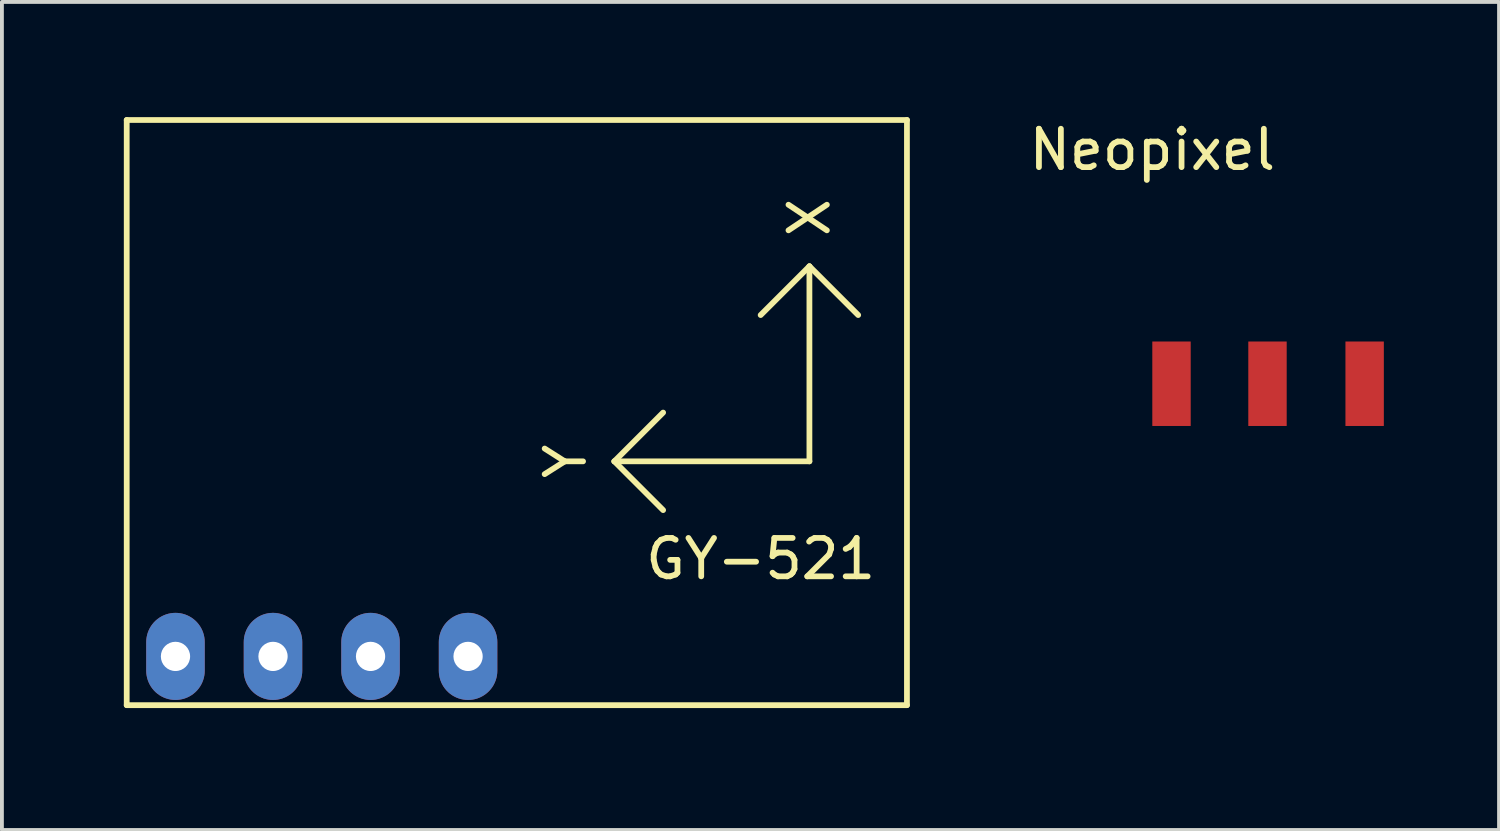
<source format=kicad_pcb>
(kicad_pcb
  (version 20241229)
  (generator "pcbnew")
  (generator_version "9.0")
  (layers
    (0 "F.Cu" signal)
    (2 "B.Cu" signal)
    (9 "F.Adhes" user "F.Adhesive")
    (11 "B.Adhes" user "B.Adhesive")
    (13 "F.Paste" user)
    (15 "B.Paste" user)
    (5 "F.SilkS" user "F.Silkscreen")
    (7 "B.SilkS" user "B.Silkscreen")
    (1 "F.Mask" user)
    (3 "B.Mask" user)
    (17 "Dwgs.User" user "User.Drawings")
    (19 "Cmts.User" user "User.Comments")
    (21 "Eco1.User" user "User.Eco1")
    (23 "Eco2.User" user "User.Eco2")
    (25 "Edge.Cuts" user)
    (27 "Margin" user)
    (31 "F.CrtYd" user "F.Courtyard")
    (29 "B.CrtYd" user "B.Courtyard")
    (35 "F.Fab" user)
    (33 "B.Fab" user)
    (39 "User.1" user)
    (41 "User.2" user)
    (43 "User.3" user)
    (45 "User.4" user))
  (footprint "Neopixel"
    (layer "F.Cu")
    (at 26.96 6.944)
    (property "Reference" "Neopixel" (at 0 -6.096 0) (layer "F.SilkS") (effects (font (size 1 1) (thickness 0.15))))
    (attr through_hole)
    (pad "1" smd rect (at 0.5 0) (size 1 2.2) (layers "F.Cu" "F.Mask" "F.Paste"))
    (pad "2" smd rect (at 3 0) (size 1 2.2) (layers "F.Cu" "F.Mask" "F.Paste"))
    (pad "3" smd rect (at 5.53 0) (size 1 2.2) (layers "F.Cu" "F.Mask" "F.Paste")))
  (footprint "GY-521"
    (layer "F.Cu")
    (at 0.25 15.315)
    (property "Reference" "GY-521" (at 16.51 -3.81 0) (layer "F.SilkS") (effects (font (size 1 1) (thickness 0.15))))
    (attr through_hole)
    (fp_line (start 0 -15.24) (end 20.32 -15.24) (stroke (width 0.15) (type solid)) (layer "F.SilkS"))
    (fp_line (start 0 0) (end 0 -15.24) (stroke (width 0.15) (type solid)) (layer "F.SilkS"))
    (fp_line (start 12.7 -6.35) (end 13.97 -5.08) (stroke (width 0.15) (type solid)) (layer "F.SilkS"))
    (fp_line (start 13.97 -7.62) (end 12.7 -6.35) (stroke (width 0.15) (type solid)) (layer "F.SilkS"))
    (fp_line (start 16.51 -10.16) (end 17.78 -11.43) (stroke (width 0.15) (type solid)) (layer "F.SilkS"))
    (fp_line (start 17.78 -11.43) (end 17.78 -6.35) (stroke (width 0.15) (type solid)) (layer "F.SilkS"))
    (fp_line (start 17.78 -11.43) (end 19.05 -10.16) (stroke (width 0.15) (type solid)) (layer "F.SilkS"))
    (fp_line (start 17.78 -6.35) (end 12.7 -6.35) (stroke (width 0.15) (type solid)) (layer "F.SilkS"))
    (fp_line (start 20.32 -15.24) (end 20.32 0) (stroke (width 0.15) (type solid)) (layer "F.SilkS"))
    (fp_line (start 20.32 0) (end 0 0) (stroke (width 0.15) (type solid)) (layer "F.SilkS"))
    (fp_text user "Y" (at 11.43 -6.35 90) (layer "F.SilkS") (effects (font (size 1 1) (thickness 0.15))))
    (fp_text user "X" (at 17.78 -12.7 90) (layer "F.SilkS") (effects (font (size 1 1) (thickness 0.15))))
    (pad "1" thru_hole oval (at 1.27 -1.27) (size 1.524 2.268) (drill 0.762) (layers "*.Cu" "*.Mask"))
    (pad "2" thru_hole oval (at 3.81 -1.27) (size 1.524 2.268) (drill 0.762) (layers "*.Cu" "*.Mask"))
    (pad "3" thru_hole oval (at 6.35 -1.27) (size 1.524 2.268) (drill 0.762) (layers "*.Cu" "*.Mask"))
    (pad "4" thru_hole oval (at 8.89 -1.27) (size 1.524 2.268) (drill 0.762) (layers "*.Cu" "*.Mask")))
  (gr_rect
    (start -3 -3)
    (end 35.99 18.565)
    (stroke (width 0.1) (type default))
    (fill no)
    (layer "Edge.Cuts")))
</source>
